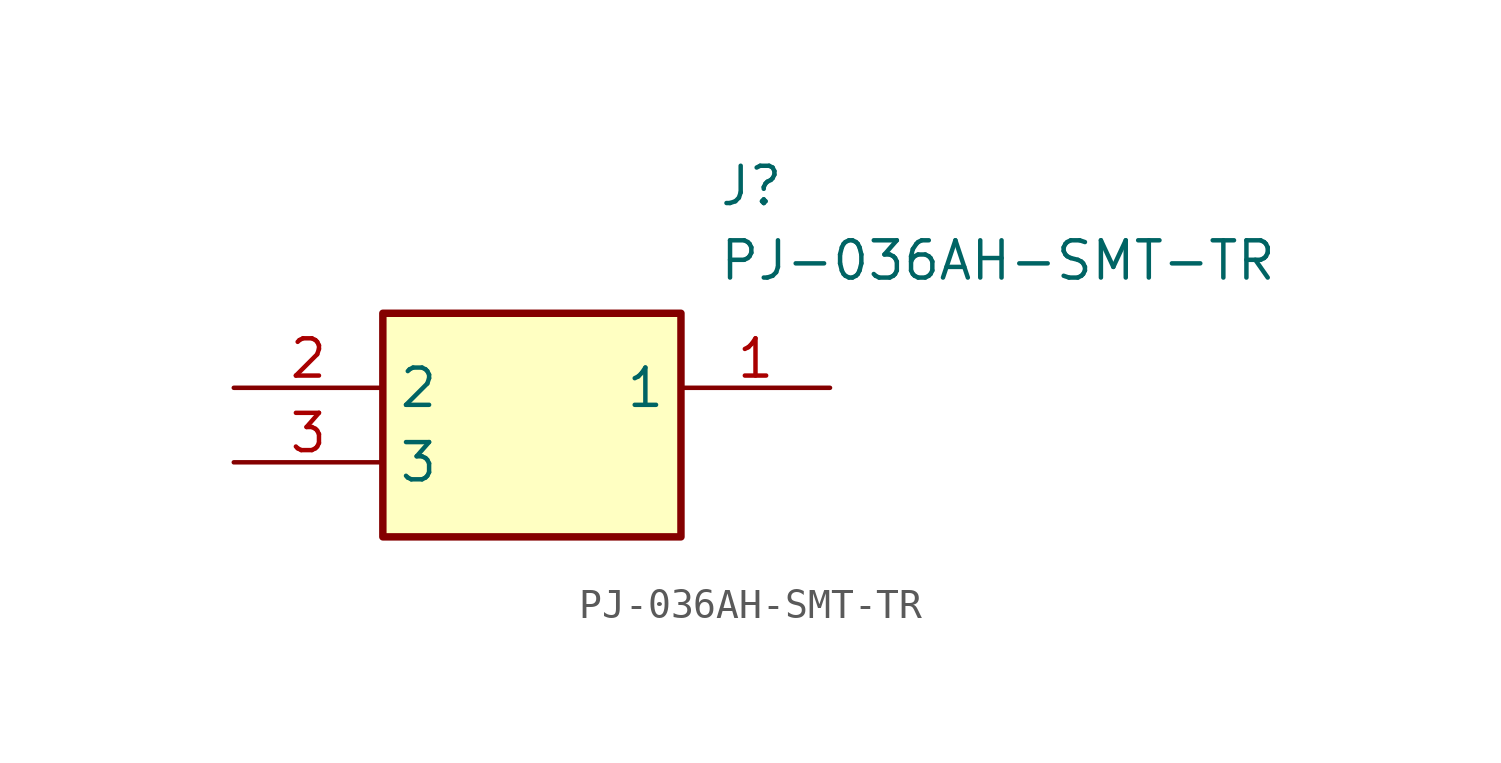
<source format=kicad_sym>
(kicad_symbol_lib
  (version 20211014)
  (generator SamacSys_ECAD_Model)
  (symbol "PJ-036AH-SMT-TR"
    (property "Reference" "J"
      (at 16.51 7.62 0)
      (effects (font (size 1.27 1.27)) (justify left top)))
    (property "Value" "PJ-036AH-SMT-TR"
      (at 16.51 5.08 0)
      (effects (font (size 1.27 1.27)) (justify left top)))
    (rectangle
      (start 5.08 2.54)
      (end 15.24 -5.08)
      (stroke (width 0.254) (type default))
      (fill (type background)))
    (pin passive line
      (at 20.32 0 180)
      (length 5.08)
      (name "1" (effects (font (size 1.27 1.27))))
      (number "1" (effects (font (size 1.27 1.27)))))
    (pin passive line
      (at 0 0 0)
      (length 5.08)
      (name "2" (effects (font (size 1.27 1.27))))
      (number "2" (effects (font (size 1.27 1.27)))))
    (pin passive line
      (at 0 -2.54 0)
      (length 5.08)
      (name "3" (effects (font (size 1.27 1.27))))
      (number "3" (effects (font (size 1.27 1.27)))))))
</source>
